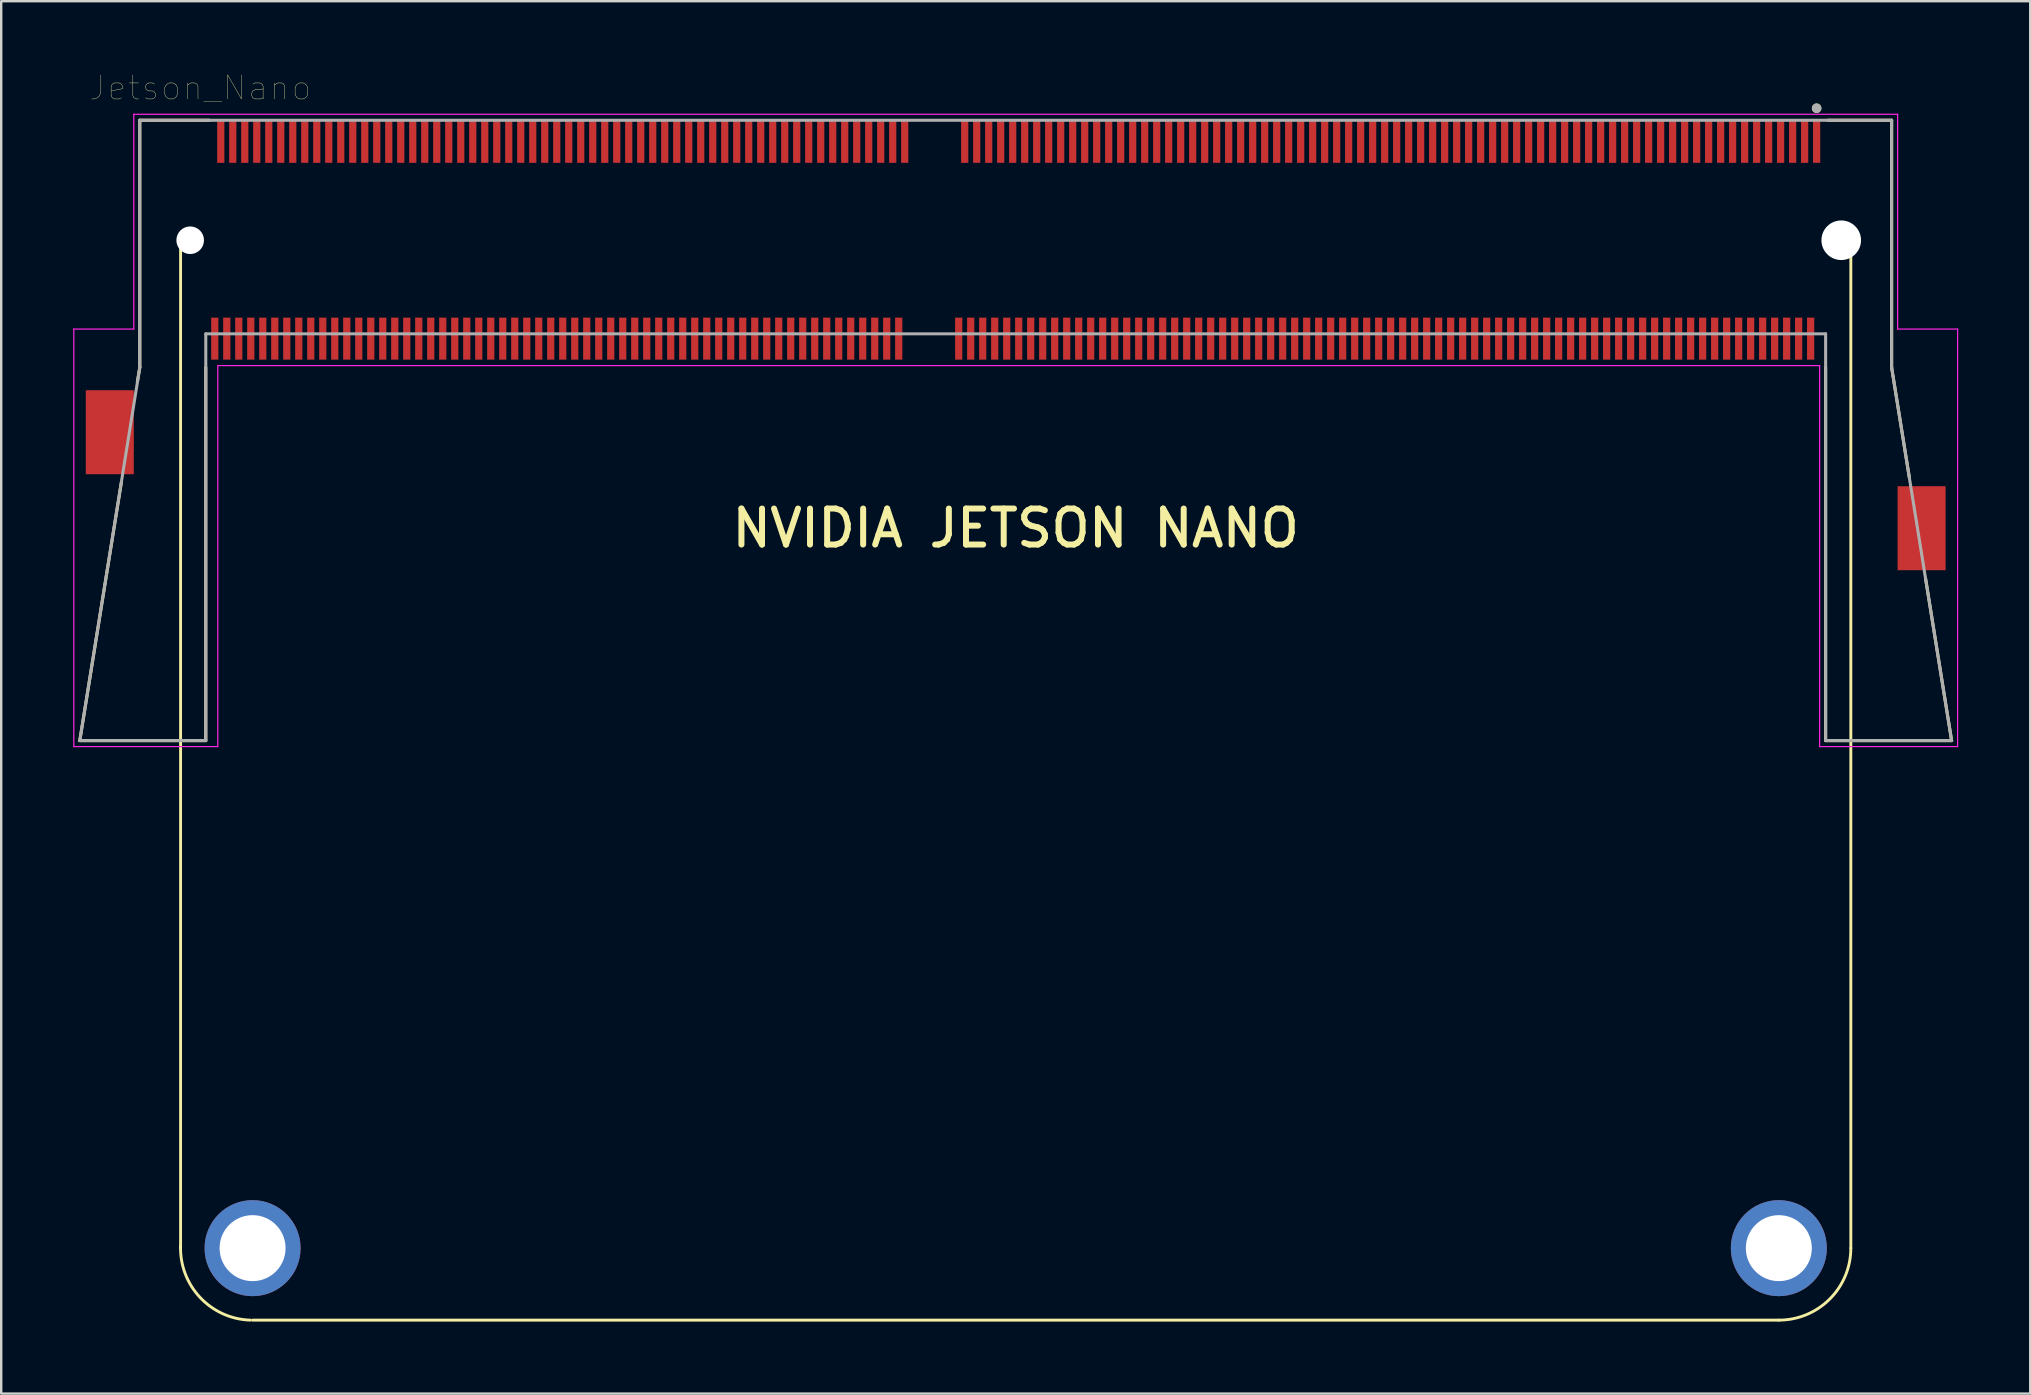
<source format=kicad_pcb>
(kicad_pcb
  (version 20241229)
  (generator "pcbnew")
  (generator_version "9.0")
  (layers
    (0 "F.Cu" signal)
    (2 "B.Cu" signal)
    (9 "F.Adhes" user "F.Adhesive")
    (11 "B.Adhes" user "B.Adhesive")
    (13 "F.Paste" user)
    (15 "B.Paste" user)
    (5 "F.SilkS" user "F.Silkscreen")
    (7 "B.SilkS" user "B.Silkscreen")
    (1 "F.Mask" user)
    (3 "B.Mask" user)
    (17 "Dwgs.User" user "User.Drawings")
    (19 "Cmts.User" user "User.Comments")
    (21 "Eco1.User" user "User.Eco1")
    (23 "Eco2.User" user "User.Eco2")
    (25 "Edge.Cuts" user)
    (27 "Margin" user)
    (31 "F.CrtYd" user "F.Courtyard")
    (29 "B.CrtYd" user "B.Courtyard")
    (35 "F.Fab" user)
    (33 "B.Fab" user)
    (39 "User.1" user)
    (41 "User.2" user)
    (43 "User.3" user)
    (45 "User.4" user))
  (footprint "Jetson_Nano"
    (layer "F.Cu")
    (at 35.775 6.961)
    (property "Reference" "Jetson_Nano" (at -30.48 -6.35 0) (layer "F.SilkS") (effects (font (size 1 1) (thickness 0.015))))
    (attr through_hole)
    (fp_line (start -35.5 20.85) (end -33.77 10.105) (stroke (width 0.127) (type solid)) (layer "F.SilkS"))
    (fp_line (start -35.5 20.85) (end -30.25 20.85) (stroke (width 0.127) (type solid)) (layer "F.SilkS"))
    (fp_line (start -33 -5) (end -33 5.3) (stroke (width 0.127) (type solid)) (layer "F.SilkS"))
    (fp_line (start -33 5.3) (end -33.1 5.9) (stroke (width 0.127) (type solid)) (layer "F.SilkS"))
    (fp_line (start -31.3 42) (end -31.3 0) (stroke (width 0.12) (type solid)) (layer "F.SilkS"))
    (fp_line (start -30.25 20.85) (end -30.25 5.3) (stroke (width 0.127) (type solid)) (layer "F.SilkS"))
    (fp_line (start -30.095 -5) (end -33 -5) (stroke (width 0.127) (type solid)) (layer "F.SilkS"))
    (fp_line (start -28.3 45) (end 35.3 45) (stroke (width 0.12) (type solid)) (layer "F.SilkS"))
    (fp_line (start 37.25 5.3) (end 37.25 20.85) (stroke (width 0.127) (type solid)) (layer "F.SilkS"))
    (fp_line (start 37.25 20.85) (end 42.5 20.85) (stroke (width 0.127) (type solid)) (layer "F.SilkS"))
    (fp_line (start 38.3 42) (end 38.3 0) (stroke (width 0.12) (type solid)) (layer "F.SilkS"))
    (fp_line (start 40 -5) (end 37.345 -5) (stroke (width 0.127) (type solid)) (layer "F.SilkS"))
    (fp_line (start 40 5.3) (end 40 -5) (stroke (width 0.127) (type solid)) (layer "F.SilkS"))
    (fp_line (start 40 5.3) (end 40.735 9.87) (stroke (width 0.127) (type solid)) (layer "F.SilkS"))
    (fp_line (start 42.5 20.85) (end 41.415 14.1) (stroke (width 0.127) (type solid)) (layer "F.SilkS"))
    (fp_arc (start -28.39 45) (mid -30.48496 44.057681) (end -31.3 41.91) (stroke (width 0.12) (type solid)) (layer "F.SilkS"))
    (fp_arc (start 38.3 42) (mid 37.42132 44.12132) (end 35.3 45) (stroke (width 0.12) (type solid)) (layer "F.SilkS"))
    (fp_circle (center 36.875 -5.5) (end 36.975 -5.5) (stroke (width 0.2) (type solid)) (fill no) (layer "F.SilkS"))
    (fp_line (start -35.75 3.7) (end -33.25 3.7) (stroke (width 0.05) (type solid)) (layer "F.CrtYd"))
    (fp_line (start -35.75 21.1) (end -35.75 3.7) (stroke (width 0.05) (type solid)) (layer "F.CrtYd"))
    (fp_line (start -33.25 -5.25) (end 40.25 -5.25) (stroke (width 0.05) (type solid)) (layer "F.CrtYd"))
    (fp_line (start -33.25 3.7) (end -33.25 -5.25) (stroke (width 0.05) (type solid)) (layer "F.CrtYd"))
    (fp_line (start -29.75 5.225) (end -29.75 21.1) (stroke (width 0.05) (type solid)) (layer "F.CrtYd"))
    (fp_line (start -29.75 21.1) (end -35.75 21.1) (stroke (width 0.05) (type solid)) (layer "F.CrtYd"))
    (fp_line (start 37 5.225) (end -29.75 5.225) (stroke (width 0.05) (type solid)) (layer "F.CrtYd"))
    (fp_line (start 37 21.1) (end 37 5.225) (stroke (width 0.05) (type solid)) (layer "F.CrtYd"))
    (fp_line (start 40.25 -5.25) (end 40.25 3.7) (stroke (width 0.05) (type solid)) (layer "F.CrtYd"))
    (fp_line (start 40.25 3.7) (end 42.75 3.7) (stroke (width 0.05) (type solid)) (layer "F.CrtYd"))
    (fp_line (start 42.75 3.7) (end 42.75 21.1) (stroke (width 0.05) (type solid)) (layer "F.CrtYd"))
    (fp_line (start 42.75 21.1) (end 37 21.1) (stroke (width 0.05) (type solid)) (layer "F.CrtYd"))
    (fp_line (start -35.5 20.85) (end -30.25 20.85) (stroke (width 0.127) (type solid)) (layer "F.Fab"))
    (fp_line (start -33 -5) (end -33 5.3) (stroke (width 0.127) (type solid)) (layer "F.Fab"))
    (fp_line (start -33 5.3) (end -35.5 20.85) (stroke (width 0.127) (type solid)) (layer "F.Fab"))
    (fp_line (start -30.25 3.9) (end 37.25 3.9) (stroke (width 0.127) (type solid)) (layer "F.Fab"))
    (fp_line (start -30.25 20.85) (end -30.25 3.9) (stroke (width 0.127) (type solid)) (layer "F.Fab"))
    (fp_line (start 37.25 3.9) (end 37.25 20.85) (stroke (width 0.127) (type solid)) (layer "F.Fab"))
    (fp_line (start 37.25 20.85) (end 42.5 20.85) (stroke (width 0.127) (type solid)) (layer "F.Fab"))
    (fp_line (start 40 -5) (end -33 -5) (stroke (width 0.127) (type solid)) (layer "F.Fab"))
    (fp_line (start 40 5.3) (end 40 -5) (stroke (width 0.127) (type solid)) (layer "F.Fab"))
    (fp_line (start 42.5 20.85) (end 40 5.3) (stroke (width 0.127) (type solid)) (layer "F.Fab"))
    (fp_circle (center 36.875 -5.5) (end 36.975 -5.5) (stroke (width 0.2) (type solid)) (fill no) (layer "F.Fab"))
    (fp_text user "NVIDIA JETSON NANO" (at 3.5 12 0) (layer "F.SilkS") (effects (font (size 1.5 1.5) (thickness 0.25))))
    (pad "" np_thru_hole circle (at -30.9 0) (size 1.15 1.15) (drill 1.15) (layers "*.Cu" "*.Mask"))
    (pad "" np_thru_hole circle (at -28.3 42) (size 4 4) (drill 2.75) (layers "*.Cu" "*.Mask"))
    (pad "" np_thru_hole circle (at 35.3 42) (size 4 4) (drill 2.75) (layers "*.Cu" "*.Mask"))
    (pad "" np_thru_hole circle (at 37.9 0) (size 1.65 1.65) (drill 1.65) (layers "*.Cu" "*.Mask"))
    (pad "1" smd rect (at 36.875 -4.1) (size 0.3 1.75) (layers "F.Cu" "F.Mask" "F.Paste"))
    (pad "2" smd rect (at 36.625 4.1) (size 0.3 1.75) (layers "F.Cu" "F.Mask" "F.Paste"))
    (pad "3" smd rect (at 36.375 -4.1) (size 0.3 1.75) (layers "F.Cu" "F.Mask" "F.Paste"))
    (pad "4" smd rect (at 36.125 4.1) (size 0.3 1.75) (layers "F.Cu" "F.Mask" "F.Paste"))
    (pad "5" smd rect (at 35.875 -4.1) (size 0.3 1.75) (layers "F.Cu" "F.Mask" "F.Paste"))
    (pad "6" smd rect (at 35.625 4.1) (size 0.3 1.75) (layers "F.Cu" "F.Mask" "F.Paste"))
    (pad "7" smd rect (at 35.375 -4.1) (size 0.3 1.75) (layers "F.Cu" "F.Mask" "F.Paste"))
    (pad "8" smd rect (at 35.125 4.1) (size 0.3 1.75) (layers "F.Cu" "F.Mask" "F.Paste"))
    (pad "9" smd rect (at 34.875 -4.1) (size 0.3 1.75) (layers "F.Cu" "F.Mask" "F.Paste"))
    (pad "10" smd rect (at 34.625 4.1) (size 0.3 1.75) (layers "F.Cu" "F.Mask" "F.Paste"))
    (pad "11" smd rect (at 34.375 -4.1) (size 0.3 1.75) (layers "F.Cu" "F.Mask" "F.Paste"))
    (pad "12" smd rect (at 34.125 4.1) (size 0.3 1.75) (layers "F.Cu" "F.Mask" "F.Paste"))
    (pad "13" smd rect (at 33.875 -4.1) (size 0.3 1.75) (layers "F.Cu" "F.Mask" "F.Paste"))
    (pad "14" smd rect (at 33.625 4.1) (size 0.3 1.75) (layers "F.Cu" "F.Mask" "F.Paste"))
    (pad "15" smd rect (at 33.375 -4.1) (size 0.3 1.75) (layers "F.Cu" "F.Mask" "F.Paste"))
    (pad "16" smd rect (at 33.125 4.1) (size 0.3 1.75) (layers "F.Cu" "F.Mask" "F.Paste"))
    (pad "17" smd rect (at 32.875 -4.1) (size 0.3 1.75) (layers "F.Cu" "F.Mask" "F.Paste"))
    (pad "18" smd rect (at 32.625 4.1) (size 0.3 1.75) (layers "F.Cu" "F.Mask" "F.Paste"))
    (pad "19" smd rect (at 32.375 -4.1) (size 0.3 1.75) (layers "F.Cu" "F.Mask" "F.Paste"))
    (pad "20" smd rect (at 32.125 4.1) (size 0.3 1.75) (layers "F.Cu" "F.Mask" "F.Paste"))
    (pad "21" smd rect (at 31.875 -4.1) (size 0.3 1.75) (layers "F.Cu" "F.Mask" "F.Paste"))
    (pad "22" smd rect (at 31.625 4.1) (size 0.3 1.75) (layers "F.Cu" "F.Mask" "F.Paste"))
    (pad "23" smd rect (at 31.375 -4.1) (size 0.3 1.75) (layers "F.Cu" "F.Mask" "F.Paste"))
    (pad "24" smd rect (at 31.125 4.1) (size 0.3 1.75) (layers "F.Cu" "F.Mask" "F.Paste"))
    (pad "25" smd rect (at 30.875 -4.1) (size 0.3 1.75) (layers "F.Cu" "F.Mask" "F.Paste"))
    (pad "26" smd rect (at 30.625 4.1) (size 0.3 1.75) (layers "F.Cu" "F.Mask" "F.Paste"))
    (pad "27" smd rect (at 30.375 -4.1) (size 0.3 1.75) (layers "F.Cu" "F.Mask" "F.Paste"))
    (pad "28" smd rect (at 30.125 4.1) (size 0.3 1.75) (layers "F.Cu" "F.Mask" "F.Paste"))
    (pad "29" smd rect (at 29.875 -4.1) (size 0.3 1.75) (layers "F.Cu" "F.Mask" "F.Paste"))
    (pad "30" smd rect (at 29.625 4.1) (size 0.3 1.75) (layers "F.Cu" "F.Mask" "F.Paste"))
    (pad "31" smd rect (at 29.375 -4.1) (size 0.3 1.75) (layers "F.Cu" "F.Mask" "F.Paste"))
    (pad "32" smd rect (at 29.125 4.1) (size 0.3 1.75) (layers "F.Cu" "F.Mask" "F.Paste"))
    (pad "33" smd rect (at 28.875 -4.1) (size 0.3 1.75) (layers "F.Cu" "F.Mask" "F.Paste"))
    (pad "34" smd rect (at 28.625 4.1) (size 0.3 1.75) (layers "F.Cu" "F.Mask" "F.Paste"))
    (pad "35" smd rect (at 28.375 -4.1) (size 0.3 1.75) (layers "F.Cu" "F.Mask" "F.Paste"))
    (pad "36" smd rect (at 28.125 4.1) (size 0.3 1.75) (layers "F.Cu" "F.Mask" "F.Paste"))
    (pad "37" smd rect (at 27.875 -4.1) (size 0.3 1.75) (layers "F.Cu" "F.Mask" "F.Paste"))
    (pad "38" smd rect (at 27.625 4.1) (size 0.3 1.75) (layers "F.Cu" "F.Mask" "F.Paste"))
    (pad "39" smd rect (at 27.375 -4.1) (size 0.3 1.75) (layers "F.Cu" "F.Mask" "F.Paste"))
    (pad "40" smd rect (at 27.125 4.1) (size 0.3 1.75) (layers "F.Cu" "F.Mask" "F.Paste"))
    (pad "41" smd rect (at 26.875 -4.1) (size 0.3 1.75) (layers "F.Cu" "F.Mask" "F.Paste"))
    (pad "42" smd rect (at 26.625 4.1) (size 0.3 1.75) (layers "F.Cu" "F.Mask" "F.Paste"))
    (pad "43" smd rect (at 26.375 -4.1) (size 0.3 1.75) (layers "F.Cu" "F.Mask" "F.Paste"))
    (pad "44" smd rect (at 26.125 4.1) (size 0.3 1.75) (layers "F.Cu" "F.Mask" "F.Paste"))
    (pad "45" smd rect (at 25.875 -4.1) (size 0.3 1.75) (layers "F.Cu" "F.Mask" "F.Paste"))
    (pad "46" smd rect (at 25.625 4.1) (size 0.3 1.75) (layers "F.Cu" "F.Mask" "F.Paste"))
    (pad "47" smd rect (at 25.375 -4.1) (size 0.3 1.75) (layers "F.Cu" "F.Mask" "F.Paste"))
    (pad "48" smd rect (at 25.125 4.1) (size 0.3 1.75) (layers "F.Cu" "F.Mask" "F.Paste"))
    (pad "49" smd rect (at 24.875 -4.1) (size 0.3 1.75) (layers "F.Cu" "F.Mask" "F.Paste"))
    (pad "50" smd rect (at 24.625 4.1) (size 0.3 1.75) (layers "F.Cu" "F.Mask" "F.Paste"))
    (pad "51" smd rect (at 24.375 -4.1) (size 0.3 1.75) (layers "F.Cu" "F.Mask" "F.Paste"))
    (pad "52" smd rect (at 24.125 4.1) (size 0.3 1.75) (layers "F.Cu" "F.Mask" "F.Paste"))
    (pad "53" smd rect (at 23.875 -4.1) (size 0.3 1.75) (layers "F.Cu" "F.Mask" "F.Paste"))
    (pad "54" smd rect (at 23.625 4.1) (size 0.3 1.75) (layers "F.Cu" "F.Mask" "F.Paste"))
    (pad "55" smd rect (at 23.375 -4.1) (size 0.3 1.75) (layers "F.Cu" "F.Mask" "F.Paste"))
    (pad "56" smd rect (at 23.125 4.1) (size 0.3 1.75) (layers "F.Cu" "F.Mask" "F.Paste"))
    (pad "57" smd rect (at 22.875 -4.1) (size 0.3 1.75) (layers "F.Cu" "F.Mask" "F.Paste"))
    (pad "58" smd rect (at 22.625 4.1) (size 0.3 1.75) (layers "F.Cu" "F.Mask" "F.Paste"))
    (pad "59" smd rect (at 22.375 -4.1) (size 0.3 1.75) (layers "F.Cu" "F.Mask" "F.Paste"))
    (pad "60" smd rect (at 22.125 4.1) (size 0.3 1.75) (layers "F.Cu" "F.Mask" "F.Paste"))
    (pad "61" smd rect (at 21.875 -4.1) (size 0.3 1.75) (layers "F.Cu" "F.Mask" "F.Paste"))
    (pad "62" smd rect (at 21.625 4.1) (size 0.3 1.75) (layers "F.Cu" "F.Mask" "F.Paste"))
    (pad "63" smd rect (at 21.375 -4.1) (size 0.3 1.75) (layers "F.Cu" "F.Mask" "F.Paste"))
    (pad "64" smd rect (at 21.125 4.1) (size 0.3 1.75) (layers "F.Cu" "F.Mask" "F.Paste"))
    (pad "65" smd rect (at 20.875 -4.1) (size 0.3 1.75) (layers "F.Cu" "F.Mask" "F.Paste"))
    (pad "66" smd rect (at 20.625 4.1) (size 0.3 1.75) (layers "F.Cu" "F.Mask" "F.Paste"))
    (pad "67" smd rect (at 20.375 -4.1) (size 0.3 1.75) (layers "F.Cu" "F.Mask" "F.Paste"))
    (pad "68" smd rect (at 20.125 4.1) (size 0.3 1.75) (layers "F.Cu" "F.Mask" "F.Paste"))
    (pad "69" smd rect (at 19.875 -4.1) (size 0.3 1.75) (layers "F.Cu" "F.Mask" "F.Paste"))
    (pad "70" smd rect (at 19.625 4.1) (size 0.3 1.75) (layers "F.Cu" "F.Mask" "F.Paste"))
    (pad "71" smd rect (at 19.375 -4.1) (size 0.3 1.75) (layers "F.Cu" "F.Mask" "F.Paste"))
    (pad "72" smd rect (at 19.125 4.1) (size 0.3 1.75) (layers "F.Cu" "F.Mask" "F.Paste"))
    (pad "73" smd rect (at 18.875 -4.1) (size 0.3 1.75) (layers "F.Cu" "F.Mask" "F.Paste"))
    (pad "74" smd rect (at 18.625 4.1) (size 0.3 1.75) (layers "F.Cu" "F.Mask" "F.Paste"))
    (pad "75" smd rect (at 18.375 -4.1) (size 0.3 1.75) (layers "F.Cu" "F.Mask" "F.Paste"))
    (pad "76" smd rect (at 18.125 4.1) (size 0.3 1.75) (layers "F.Cu" "F.Mask" "F.Paste"))
    (pad "77" smd rect (at 17.875 -4.1) (size 0.3 1.75) (layers "F.Cu" "F.Mask" "F.Paste"))
    (pad "78" smd rect (at 17.625 4.1) (size 0.3 1.75) (layers "F.Cu" "F.Mask" "F.Paste"))
    (pad "79" smd rect (at 17.375 -4.1) (size 0.3 1.75) (layers "F.Cu" "F.Mask" "F.Paste"))
    (pad "80" smd rect (at 17.125 4.1) (size 0.3 1.75) (layers "F.Cu" "F.Mask" "F.Paste"))
    (pad "81" smd rect (at 16.875 -4.1) (size 0.3 1.75) (layers "F.Cu" "F.Mask" "F.Paste"))
    (pad "82" smd rect (at 16.625 4.1) (size 0.3 1.75) (layers "F.Cu" "F.Mask" "F.Paste"))
    (pad "83" smd rect (at 16.375 -4.1) (size 0.3 1.75) (layers "F.Cu" "F.Mask" "F.Paste"))
    (pad "84" smd rect (at 16.125 4.1) (size 0.3 1.75) (layers "F.Cu" "F.Mask" "F.Paste"))
    (pad "85" smd rect (at 15.875 -4.1) (size 0.3 1.75) (layers "F.Cu" "F.Mask" "F.Paste"))
    (pad "86" smd rect (at 15.625 4.1) (size 0.3 1.75) (layers "F.Cu" "F.Mask" "F.Paste"))
    (pad "87" smd rect (at 15.375 -4.1) (size 0.3 1.75) (layers "F.Cu" "F.Mask" "F.Paste"))
    (pad "88" smd rect (at 15.125 4.1) (size 0.3 1.75) (layers "F.Cu" "F.Mask" "F.Paste"))
    (pad "89" smd rect (at 14.875 -4.1) (size 0.3 1.75) (layers "F.Cu" "F.Mask" "F.Paste"))
    (pad "90" smd rect (at 14.625 4.1) (size 0.3 1.75) (layers "F.Cu" "F.Mask" "F.Paste"))
    (pad "91" smd rect (at 14.375 -4.1) (size 0.3 1.75) (layers "F.Cu" "F.Mask" "F.Paste"))
    (pad "92" smd rect (at 14.125 4.1) (size 0.3 1.75) (layers "F.Cu" "F.Mask" "F.Paste"))
    (pad "93" smd rect (at 13.875 -4.1) (size 0.3 1.75) (layers "F.Cu" "F.Mask" "F.Paste"))
    (pad "94" smd rect (at 13.625 4.1) (size 0.3 1.75) (layers "F.Cu" "F.Mask" "F.Paste"))
    (pad "95" smd rect (at 13.375 -4.1) (size 0.3 1.75) (layers "F.Cu" "F.Mask" "F.Paste"))
    (pad "96" smd rect (at 13.125 4.1) (size 0.3 1.75) (layers "F.Cu" "F.Mask" "F.Paste"))
    (pad "97" smd rect (at 12.875 -4.1) (size 0.3 1.75) (layers "F.Cu" "F.Mask" "F.Paste"))
    (pad "98" smd rect (at 12.625 4.1) (size 0.3 1.75) (layers "F.Cu" "F.Mask" "F.Paste"))
    (pad "99" smd rect (at 12.375 -4.1) (size 0.3 1.75) (layers "F.Cu" "F.Mask" "F.Paste"))
    (pad "100" smd rect (at 12.125 4.1) (size 0.3 1.75) (layers "F.Cu" "F.Mask" "F.Paste"))
    (pad "101" smd rect (at 11.875 -4.1) (size 0.3 1.75) (layers "F.Cu" "F.Mask" "F.Paste"))
    (pad "102" smd rect (at 11.625 4.1) (size 0.3 1.75) (layers "F.Cu" "F.Mask" "F.Paste"))
    (pad "103" smd rect (at 11.375 -4.1) (size 0.3 1.75) (layers "F.Cu" "F.Mask" "F.Paste"))
    (pad "104" smd rect (at 11.125 4.1) (size 0.3 1.75) (layers "F.Cu" "F.Mask" "F.Paste"))
    (pad "105" smd rect (at 10.875 -4.1) (size 0.3 1.75) (layers "F.Cu" "F.Mask" "F.Paste"))
    (pad "106" smd rect (at 10.625 4.1) (size 0.3 1.75) (layers "F.Cu" "F.Mask" "F.Paste"))
    (pad "107" smd rect (at 10.375 -4.1) (size 0.3 1.75) (layers "F.Cu" "F.Mask" "F.Paste"))
    (pad "108" smd rect (at 10.125 4.1) (size 0.3 1.75) (layers "F.Cu" "F.Mask" "F.Paste"))
    (pad "109" smd rect (at 9.875 -4.1) (size 0.3 1.75) (layers "F.Cu" "F.Mask" "F.Paste"))
    (pad "110" smd rect (at 9.625 4.1) (size 0.3 1.75) (layers "F.Cu" "F.Mask" "F.Paste"))
    (pad "111" smd rect (at 9.375 -4.1) (size 0.3 1.75) (layers "F.Cu" "F.Mask" "F.Paste"))
    (pad "112" smd rect (at 9.125 4.1) (size 0.3 1.75) (layers "F.Cu" "F.Mask" "F.Paste"))
    (pad "113" smd rect (at 8.875 -4.1) (size 0.3 1.75) (layers "F.Cu" "F.Mask" "F.Paste"))
    (pad "114" smd rect (at 8.625 4.1) (size 0.3 1.75) (layers "F.Cu" "F.Mask" "F.Paste"))
    (pad "115" smd rect (at 8.375 -4.1) (size 0.3 1.75) (layers "F.Cu" "F.Mask" "F.Paste"))
    (pad "116" smd rect (at 8.125 4.1) (size 0.3 1.75) (layers "F.Cu" "F.Mask" "F.Paste"))
    (pad "117" smd rect (at 7.875 -4.1) (size 0.3 1.75) (layers "F.Cu" "F.Mask" "F.Paste"))
    (pad "118" smd rect (at 7.625 4.1) (size 0.3 1.75) (layers "F.Cu" "F.Mask" "F.Paste"))
    (pad "119" smd rect (at 7.375 -4.1) (size 0.3 1.75) (layers "F.Cu" "F.Mask" "F.Paste"))
    (pad "120" smd rect (at 7.125 4.1) (size 0.3 1.75) (layers "F.Cu" "F.Mask" "F.Paste"))
    (pad "121" smd rect (at 6.875 -4.1) (size 0.3 1.75) (layers "F.Cu" "F.Mask" "F.Paste"))
    (pad "122" smd rect (at 6.625 4.1) (size 0.3 1.75) (layers "F.Cu" "F.Mask" "F.Paste"))
    (pad "123" smd rect (at 6.375 -4.1) (size 0.3 1.75) (layers "F.Cu" "F.Mask" "F.Paste"))
    (pad "124" smd rect (at 6.125 4.1) (size 0.3 1.75) (layers "F.Cu" "F.Mask" "F.Paste"))
    (pad "125" smd rect (at 5.875 -4.1) (size 0.3 1.75) (layers "F.Cu" "F.Mask" "F.Paste"))
    (pad "126" smd rect (at 5.625 4.1) (size 0.3 1.75) (layers "F.Cu" "F.Mask" "F.Paste"))
    (pad "127" smd rect (at 5.375 -4.1) (size 0.3 1.75) (layers "F.Cu" "F.Mask" "F.Paste"))
    (pad "128" smd rect (at 5.125 4.1) (size 0.3 1.75) (layers "F.Cu" "F.Mask" "F.Paste"))
    (pad "129" smd rect (at 4.875 -4.1) (size 0.3 1.75) (layers "F.Cu" "F.Mask" "F.Paste"))
    (pad "130" smd rect (at 4.625 4.1) (size 0.3 1.75) (layers "F.Cu" "F.Mask" "F.Paste"))
    (pad "131" smd rect (at 4.375 -4.1) (size 0.3 1.75) (layers "F.Cu" "F.Mask" "F.Paste"))
    (pad "132" smd rect (at 4.125 4.1) (size 0.3 1.75) (layers "F.Cu" "F.Mask" "F.Paste"))
    (pad "133" smd rect (at 3.875 -4.1) (size 0.3 1.75) (layers "F.Cu" "F.Mask" "F.Paste"))
    (pad "134" smd rect (at 3.625 4.1) (size 0.3 1.75) (layers "F.Cu" "F.Mask" "F.Paste"))
    (pad "135" smd rect (at 3.375 -4.1) (size 0.3 1.75) (layers "F.Cu" "F.Mask" "F.Paste"))
    (pad "136" smd rect (at 3.125 4.1) (size 0.3 1.75) (layers "F.Cu" "F.Mask" "F.Paste"))
    (pad "137" smd rect (at 2.875 -4.1) (size 0.3 1.75) (layers "F.Cu" "F.Mask" "F.Paste"))
    (pad "138" smd rect (at 2.625 4.1) (size 0.3 1.75) (layers "F.Cu" "F.Mask" "F.Paste"))
    (pad "139" smd rect (at 2.375 -4.1) (size 0.3 1.75) (layers "F.Cu" "F.Mask" "F.Paste"))
    (pad "140" smd rect (at 2.125 4.1) (size 0.3 1.75) (layers "F.Cu" "F.Mask" "F.Paste"))
    (pad "141" smd rect (at 1.875 -4.1) (size 0.3 1.75) (layers "F.Cu" "F.Mask" "F.Paste"))
    (pad "142" smd rect (at 1.625 4.1) (size 0.3 1.75) (layers "F.Cu" "F.Mask" "F.Paste"))
    (pad "143" smd rect (at 1.375 -4.1) (size 0.3 1.75) (layers "F.Cu" "F.Mask" "F.Paste"))
    (pad "144" smd rect (at 1.125 4.1) (size 0.3 1.75) (layers "F.Cu" "F.Mask" "F.Paste"))
    (pad "145" smd rect (at -1.125 -4.1) (size 0.3 1.75) (layers "F.Cu" "F.Mask" "F.Paste"))
    (pad "146" smd rect (at -1.375 4.1) (size 0.3 1.75) (layers "F.Cu" "F.Mask" "F.Paste"))
    (pad "147" smd rect (at -1.625 -4.1) (size 0.3 1.75) (layers "F.Cu" "F.Mask" "F.Paste"))
    (pad "148" smd rect (at -1.875 4.1) (size 0.3 1.75) (layers "F.Cu" "F.Mask" "F.Paste"))
    (pad "149" smd rect (at -2.125 -4.1) (size 0.3 1.75) (layers "F.Cu" "F.Mask" "F.Paste"))
    (pad "150" smd rect (at -2.375 4.1) (size 0.3 1.75) (layers "F.Cu" "F.Mask" "F.Paste"))
    (pad "151" smd rect (at -2.625 -4.1) (size 0.3 1.75) (layers "F.Cu" "F.Mask" "F.Paste"))
    (pad "152" smd rect (at -2.875 4.1) (size 0.3 1.75) (layers "F.Cu" "F.Mask" "F.Paste"))
    (pad "153" smd rect (at -3.125 -4.1) (size 0.3 1.75) (layers "F.Cu" "F.Mask" "F.Paste"))
    (pad "154" smd rect (at -3.375 4.1) (size 0.3 1.75) (layers "F.Cu" "F.Mask" "F.Paste"))
    (pad "155" smd rect (at -3.625 -4.1) (size 0.3 1.75) (layers "F.Cu" "F.Mask" "F.Paste"))
    (pad "156" smd rect (at -3.875 4.1) (size 0.3 1.75) (layers "F.Cu" "F.Mask" "F.Paste"))
    (pad "157" smd rect (at -4.125 -4.1) (size 0.3 1.75) (layers "F.Cu" "F.Mask" "F.Paste"))
    (pad "158" smd rect (at -4.375 4.1) (size 0.3 1.75) (layers "F.Cu" "F.Mask" "F.Paste"))
    (pad "159" smd rect (at -4.625 -4.1) (size 0.3 1.75) (layers "F.Cu" "F.Mask" "F.Paste"))
    (pad "160" smd rect (at -4.875 4.1) (size 0.3 1.75) (layers "F.Cu" "F.Mask" "F.Paste"))
    (pad "161" smd rect (at -5.125 -4.1) (size 0.3 1.75) (layers "F.Cu" "F.Mask" "F.Paste"))
    (pad "162" smd rect (at -5.375 4.1) (size 0.3 1.75) (layers "F.Cu" "F.Mask" "F.Paste"))
    (pad "163" smd rect (at -5.625 -4.1) (size 0.3 1.75) (layers "F.Cu" "F.Mask" "F.Paste"))
    (pad "164" smd rect (at -5.875 4.1) (size 0.3 1.75) (layers "F.Cu" "F.Mask" "F.Paste"))
    (pad "165" smd rect (at -6.125 -4.1) (size 0.3 1.75) (layers "F.Cu" "F.Mask" "F.Paste"))
    (pad "166" smd rect (at -6.375 4.1) (size 0.3 1.75) (layers "F.Cu" "F.Mask" "F.Paste"))
    (pad "167" smd rect (at -6.625 -4.1) (size 0.3 1.75) (layers "F.Cu" "F.Mask" "F.Paste"))
    (pad "168" smd rect (at -6.875 4.1) (size 0.3 1.75) (layers "F.Cu" "F.Mask" "F.Paste"))
    (pad "169" smd rect (at -7.125 -4.1) (size 0.3 1.75) (layers "F.Cu" "F.Mask" "F.Paste"))
    (pad "170" smd rect (at -7.375 4.1) (size 0.3 1.75) (layers "F.Cu" "F.Mask" "F.Paste"))
    (pad "171" smd rect (at -7.625 -4.1) (size 0.3 1.75) (layers "F.Cu" "F.Mask" "F.Paste"))
    (pad "172" smd rect (at -7.875 4.1) (size 0.3 1.75) (layers "F.Cu" "F.Mask" "F.Paste"))
    (pad "173" smd rect (at -8.125 -4.1) (size 0.3 1.75) (layers "F.Cu" "F.Mask" "F.Paste"))
    (pad "174" smd rect (at -8.375 4.1) (size 0.3 1.75) (layers "F.Cu" "F.Mask" "F.Paste"))
    (pad "175" smd rect (at -8.625 -4.1) (size 0.3 1.75) (layers "F.Cu" "F.Mask" "F.Paste"))
    (pad "176" smd rect (at -8.875 4.1) (size 0.3 1.75) (layers "F.Cu" "F.Mask" "F.Paste"))
    (pad "177" smd rect (at -9.125 -4.1) (size 0.3 1.75) (layers "F.Cu" "F.Mask" "F.Paste"))
    (pad "178" smd rect (at -9.375 4.1) (size 0.3 1.75) (layers "F.Cu" "F.Mask" "F.Paste"))
    (pad "179" smd rect (at -9.625 -4.1) (size 0.3 1.75) (layers "F.Cu" "F.Mask" "F.Paste"))
    (pad "180" smd rect (at -9.875 4.1) (size 0.3 1.75) (layers "F.Cu" "F.Mask" "F.Paste"))
    (pad "181" smd rect (at -10.125 -4.1) (size 0.3 1.75) (layers "F.Cu" "F.Mask" "F.Paste"))
    (pad "182" smd rect (at -10.375 4.1) (size 0.3 1.75) (layers "F.Cu" "F.Mask" "F.Paste"))
    (pad "183" smd rect (at -10.625 -4.1) (size 0.3 1.75) (layers "F.Cu" "F.Mask" "F.Paste"))
    (pad "184" smd rect (at -10.875 4.1) (size 0.3 1.75) (layers "F.Cu" "F.Mask" "F.Paste"))
    (pad "185" smd rect (at -11.125 -4.1) (size 0.3 1.75) (layers "F.Cu" "F.Mask" "F.Paste"))
    (pad "186" smd rect (at -11.375 4.1) (size 0.3 1.75) (layers "F.Cu" "F.Mask" "F.Paste"))
    (pad "187" smd rect (at -11.625 -4.1) (size 0.3 1.75) (layers "F.Cu" "F.Mask" "F.Paste"))
    (pad "188" smd rect (at -11.875 4.1) (size 0.3 1.75) (layers "F.Cu" "F.Mask" "F.Paste"))
    (pad "189" smd rect (at -12.125 -4.1) (size 0.3 1.75) (layers "F.Cu" "F.Mask" "F.Paste"))
    (pad "190" smd rect (at -12.375 4.1) (size 0.3 1.75) (layers "F.Cu" "F.Mask" "F.Paste"))
    (pad "191" smd rect (at -12.625 -4.1) (size 0.3 1.75) (layers "F.Cu" "F.Mask" "F.Paste"))
    (pad "192" smd rect (at -12.875 4.1) (size 0.3 1.75) (layers "F.Cu" "F.Mask" "F.Paste"))
    (pad "193" smd rect (at -13.125 -4.1) (size 0.3 1.75) (layers "F.Cu" "F.Mask" "F.Paste"))
    (pad "194" smd rect (at -13.375 4.1) (size 0.3 1.75) (layers "F.Cu" "F.Mask" "F.Paste"))
    (pad "195" smd rect (at -13.625 -4.1) (size 0.3 1.75) (layers "F.Cu" "F.Mask" "F.Paste"))
    (pad "196" smd rect (at -13.875 4.1) (size 0.3 1.75) (layers "F.Cu" "F.Mask" "F.Paste"))
    (pad "197" smd rect (at -14.125 -4.1) (size 0.3 1.75) (layers "F.Cu" "F.Mask" "F.Paste"))
    (pad "198" smd rect (at -14.375 4.1) (size 0.3 1.75) (layers "F.Cu" "F.Mask" "F.Paste"))
    (pad "199" smd rect (at -14.625 -4.1) (size 0.3 1.75) (layers "F.Cu" "F.Mask" "F.Paste"))
    (pad "200" smd rect (at -14.875 4.1) (size 0.3 1.75) (layers "F.Cu" "F.Mask" "F.Paste"))
    (pad "201" smd rect (at -15.125 -4.1) (size 0.3 1.75) (layers "F.Cu" "F.Mask" "F.Paste"))
    (pad "202" smd rect (at -15.375 4.1) (size 0.3 1.75) (layers "F.Cu" "F.Mask" "F.Paste"))
    (pad "203" smd rect (at -15.625 -4.1) (size 0.3 1.75) (layers "F.Cu" "F.Mask" "F.Paste"))
    (pad "204" smd rect (at -15.875 4.1) (size 0.3 1.75) (layers "F.Cu" "F.Mask" "F.Paste"))
    (pad "205" smd rect (at -16.125 -4.1) (size 0.3 1.75) (layers "F.Cu" "F.Mask" "F.Paste"))
    (pad "206" smd rect (at -16.375 4.1) (size 0.3 1.75) (layers "F.Cu" "F.Mask" "F.Paste"))
    (pad "207" smd rect (at -16.625 -4.1) (size 0.3 1.75) (layers "F.Cu" "F.Mask" "F.Paste"))
    (pad "208" smd rect (at -16.875 4.1) (size 0.3 1.75) (layers "F.Cu" "F.Mask" "F.Paste"))
    (pad "209" smd rect (at -17.125 -4.1) (size 0.3 1.75) (layers "F.Cu" "F.Mask" "F.Paste"))
    (pad "210" smd rect (at -17.375 4.1) (size 0.3 1.75) (layers "F.Cu" "F.Mask" "F.Paste"))
    (pad "211" smd rect (at -17.625 -4.1) (size 0.3 1.75) (layers "F.Cu" "F.Mask" "F.Paste"))
    (pad "212" smd rect (at -17.875 4.1) (size 0.3 1.75) (layers "F.Cu" "F.Mask" "F.Paste"))
    (pad "213" smd rect (at -18.125 -4.1) (size 0.3 1.75) (layers "F.Cu" "F.Mask" "F.Paste"))
    (pad "214" smd rect (at -18.375 4.1) (size 0.3 1.75) (layers "F.Cu" "F.Mask" "F.Paste"))
    (pad "215" smd rect (at -18.625 -4.1) (size 0.3 1.75) (layers "F.Cu" "F.Mask" "F.Paste"))
    (pad "216" smd rect (at -18.875 4.1) (size 0.3 1.75) (layers "F.Cu" "F.Mask" "F.Paste"))
    (pad "217" smd rect (at -19.125 -4.1) (size 0.3 1.75) (layers "F.Cu" "F.Mask" "F.Paste"))
    (pad "218" smd rect (at -19.375 4.1) (size 0.3 1.75) (layers "F.Cu" "F.Mask" "F.Paste"))
    (pad "219" smd rect (at -19.625 -4.1) (size 0.3 1.75) (layers "F.Cu" "F.Mask" "F.Paste"))
    (pad "220" smd rect (at -19.875 4.1) (size 0.3 1.75) (layers "F.Cu" "F.Mask" "F.Paste"))
    (pad "221" smd rect (at -20.125 -4.1) (size 0.3 1.75) (layers "F.Cu" "F.Mask" "F.Paste"))
    (pad "222" smd rect (at -20.375 4.1) (size 0.3 1.75) (layers "F.Cu" "F.Mask" "F.Paste"))
    (pad "223" smd rect (at -20.625 -4.1) (size 0.3 1.75) (layers "F.Cu" "F.Mask" "F.Paste"))
    (pad "224" smd rect (at -20.875 4.1) (size 0.3 1.75) (layers "F.Cu" "F.Mask" "F.Paste"))
    (pad "225" smd rect (at -21.125 -4.1) (size 0.3 1.75) (layers "F.Cu" "F.Mask" "F.Paste"))
    (pad "226" smd rect (at -21.375 4.1) (size 0.3 1.75) (layers "F.Cu" "F.Mask" "F.Paste"))
    (pad "227" smd rect (at -21.625 -4.1) (size 0.3 1.75) (layers "F.Cu" "F.Mask" "F.Paste"))
    (pad "228" smd rect (at -21.875 4.1) (size 0.3 1.75) (layers "F.Cu" "F.Mask" "F.Paste"))
    (pad "229" smd rect (at -22.125 -4.1) (size 0.3 1.75) (layers "F.Cu" "F.Mask" "F.Paste"))
    (pad "230" smd rect (at -22.375 4.1) (size 0.3 1.75) (layers "F.Cu" "F.Mask" "F.Paste"))
    (pad "231" smd rect (at -22.625 -4.1) (size 0.3 1.75) (layers "F.Cu" "F.Mask" "F.Paste"))
    (pad "232" smd rect (at -22.875 4.1) (size 0.3 1.75) (layers "F.Cu" "F.Mask" "F.Paste"))
    (pad "233" smd rect (at -23.125 -4.1) (size 0.3 1.75) (layers "F.Cu" "F.Mask" "F.Paste"))
    (pad "234" smd rect (at -23.375 4.1) (size 0.3 1.75) (layers "F.Cu" "F.Mask" "F.Paste"))
    (pad "235" smd rect (at -23.625 -4.1) (size 0.3 1.75) (layers "F.Cu" "F.Mask" "F.Paste"))
    (pad "236" smd rect (at -23.875 4.1) (size 0.3 1.75) (layers "F.Cu" "F.Mask" "F.Paste"))
    (pad "237" smd rect (at -24.125 -4.1) (size 0.3 1.75) (layers "F.Cu" "F.Mask" "F.Paste"))
    (pad "238" smd rect (at -24.375 4.1) (size 0.3 1.75) (layers "F.Cu" "F.Mask" "F.Paste"))
    (pad "239" smd rect (at -24.625 -4.1) (size 0.3 1.75) (layers "F.Cu" "F.Mask" "F.Paste"))
    (pad "240" smd rect (at -24.875 4.1) (size 0.3 1.75) (layers "F.Cu" "F.Mask" "F.Paste"))
    (pad "241" smd rect (at -25.125 -4.1) (size 0.3 1.75) (layers "F.Cu" "F.Mask" "F.Paste"))
    (pad "242" smd rect (at -25.375 4.1) (size 0.3 1.75) (layers "F.Cu" "F.Mask" "F.Paste"))
    (pad "243" smd rect (at -25.625 -4.1) (size 0.3 1.75) (layers "F.Cu" "F.Mask" "F.Paste"))
    (pad "244" smd rect (at -25.875 4.1) (size 0.3 1.75) (layers "F.Cu" "F.Mask" "F.Paste"))
    (pad "245" smd rect (at -26.125 -4.1) (size 0.3 1.75) (layers "F.Cu" "F.Mask" "F.Paste"))
    (pad "246" smd rect (at -26.375 4.1) (size 0.3 1.75) (layers "F.Cu" "F.Mask" "F.Paste"))
    (pad "247" smd rect (at -26.625 -4.1) (size 0.3 1.75) (layers "F.Cu" "F.Mask" "F.Paste"))
    (pad "248" smd rect (at -26.875 4.1) (size 0.3 1.75) (layers "F.Cu" "F.Mask" "F.Paste"))
    (pad "249" smd rect (at -27.125 -4.1) (size 0.3 1.75) (layers "F.Cu" "F.Mask" "F.Paste"))
    (pad "250" smd rect (at -27.375 4.1) (size 0.3 1.75) (layers "F.Cu" "F.Mask" "F.Paste"))
    (pad "251" smd rect (at -27.625 -4.1) (size 0.3 1.75) (layers "F.Cu" "F.Mask" "F.Paste"))
    (pad "252" smd rect (at -27.875 4.1) (size 0.3 1.75) (layers "F.Cu" "F.Mask" "F.Paste"))
    (pad "253" smd rect (at -28.125 -4.1) (size 0.3 1.75) (layers "F.Cu" "F.Mask" "F.Paste"))
    (pad "254" smd rect (at -28.375 4.1) (size 0.3 1.75) (layers "F.Cu" "F.Mask" "F.Paste"))
    (pad "255" smd rect (at -28.625 -4.1) (size 0.3 1.75) (layers "F.Cu" "F.Mask" "F.Paste"))
    (pad "256" smd rect (at -28.875 4.1) (size 0.3 1.75) (layers "F.Cu" "F.Mask" "F.Paste"))
    (pad "257" smd rect (at -29.125 -4.1) (size 0.3 1.75) (layers "F.Cu" "F.Mask" "F.Paste"))
    (pad "258" smd rect (at -29.375 4.1) (size 0.3 1.75) (layers "F.Cu" "F.Mask" "F.Paste"))
    (pad "259" smd rect (at -29.625 -4.1) (size 0.3 1.75) (layers "F.Cu" "F.Mask" "F.Paste"))
    (pad "260" smd rect (at -29.875 4.1) (size 0.3 1.75) (layers "F.Cu" "F.Mask" "F.Paste"))
    (pad "S1" smd rect (at 41.25 12) (size 2 3.5) (layers "F.Cu" "F.Mask" "F.Paste"))
    (pad "S2" smd rect (at -34.25 8) (size 2 3.5) (layers "F.Cu" "F.Mask" "F.Paste")))
  (gr_rect
    (start -3 -3)
    (end 81.55 55.021)
    (stroke (width 0.1) (type default))
    (fill no)
    (layer "Edge.Cuts")))
</source>
